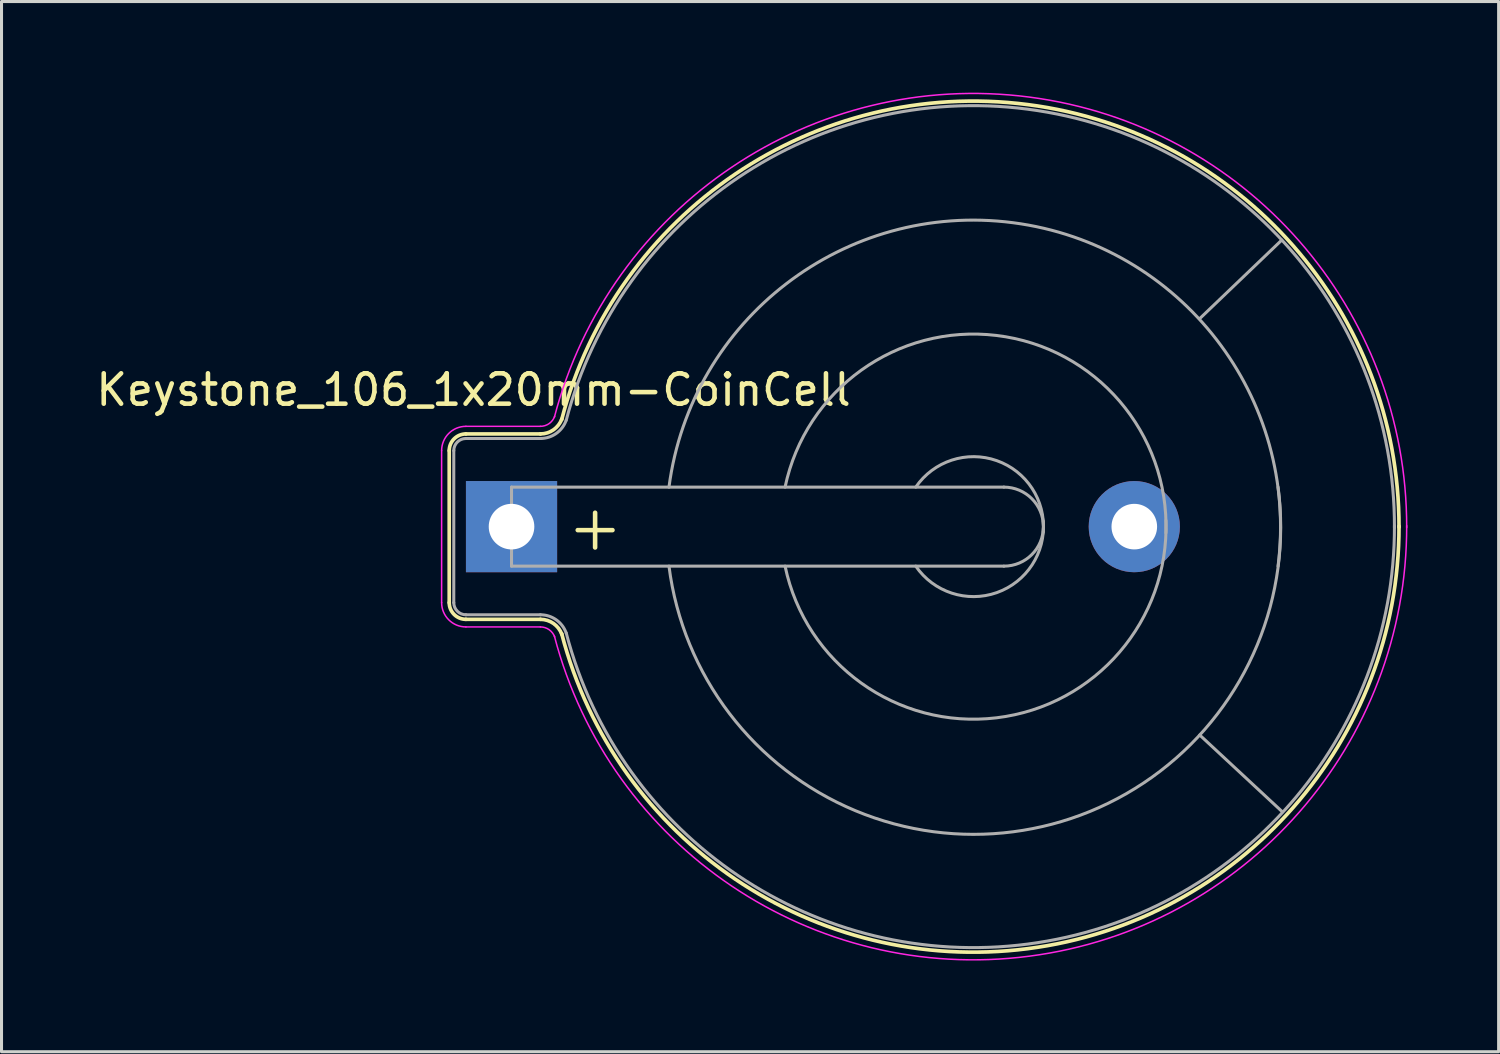
<source format=kicad_pcb>
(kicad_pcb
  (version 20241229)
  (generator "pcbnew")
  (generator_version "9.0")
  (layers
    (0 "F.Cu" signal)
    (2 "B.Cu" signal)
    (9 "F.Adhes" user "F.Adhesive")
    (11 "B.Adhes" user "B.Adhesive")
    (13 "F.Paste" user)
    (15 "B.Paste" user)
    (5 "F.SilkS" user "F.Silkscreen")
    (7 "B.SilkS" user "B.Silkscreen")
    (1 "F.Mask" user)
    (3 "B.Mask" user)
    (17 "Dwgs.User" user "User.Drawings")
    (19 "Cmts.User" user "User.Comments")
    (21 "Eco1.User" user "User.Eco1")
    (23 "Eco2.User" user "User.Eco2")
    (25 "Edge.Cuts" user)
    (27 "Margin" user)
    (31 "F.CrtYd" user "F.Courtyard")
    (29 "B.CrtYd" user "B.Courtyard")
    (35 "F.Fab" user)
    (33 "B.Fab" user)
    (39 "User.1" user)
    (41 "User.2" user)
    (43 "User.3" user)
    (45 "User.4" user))
  (footprint "Keystone_106_1x20mm-CoinCell"
    (layer "F.Cu")
    (at 13.78 14.277)
    (property "Reference" "Keystone_106_1x20mm-CoinCell" (at -1.25 -4.5 0) (layer "F.SilkS") (effects (font (size 1 1) (thickness 0.15))))
    (attr through_hole)
    (fp_line (start -2.05 -2.5) (end -2.05 2.5) (stroke (width 0.12) (type solid)) (layer "F.SilkS"))
    (fp_line (start -1.5 3.05) (end 0.95 3.05) (stroke (width 0.12) (type solid)) (layer "F.SilkS"))
    (fp_line (start 0.95 -3.05) (end -1.5 -3.05) (stroke (width 0.12) (type solid)) (layer "F.SilkS"))
    (fp_arc (start -2.05 -2.5) (mid -1.888909 -2.888909) (end -1.5 -3.05) (stroke (width 0.12) (type solid)) (layer "F.SilkS"))
    (fp_arc (start -1.5 3.05) (mid -1.888909 2.888909) (end -2.05 2.5) (stroke (width 0.12) (type solid)) (layer "F.SilkS"))
    (fp_arc (start 0.95 3.05) (mid 1.380182 3.185636) (end 1.654769 3.543485) (stroke (width 0.12) (type solid)) (layer "F.SilkS"))
    (fp_arc (start 1.65 -3.52) (mid 16.981862 -13.885887) (end 29.199738 0.015231) (stroke (width 0.12) (type solid)) (layer "F.SilkS"))
    (fp_arc (start 1.654769 -3.543485) (mid 1.380182 -3.185636) (end 0.95 -3.05) (stroke (width 0.12) (type solid)) (layer "F.SilkS"))
    (fp_arc (start 29.199738 -0.015231) (mid 16.981862 13.885887) (end 1.65 3.52) (stroke (width 0.12) (type solid)) (layer "F.SilkS"))
    (fp_line (start -2.3 -2.5) (end -2.3 2.5) (stroke (width 0.05) (type solid)) (layer "F.CrtYd"))
    (fp_line (start -1.5 3.3) (end 0.95 3.3) (stroke (width 0.05) (type solid)) (layer "F.CrtYd"))
    (fp_line (start 0.95 -3.3) (end -1.5 -3.3) (stroke (width 0.05) (type solid)) (layer "F.CrtYd"))
    (fp_arc (start -2.3 -2.5) (mid -2.065685 -3.065685) (end -1.5 -3.3) (stroke (width 0.05) (type solid)) (layer "F.CrtYd"))
    (fp_arc (start -1.5 3.3) (mid -2.065685 3.065685) (end -2.3 2.5) (stroke (width 0.05) (type solid)) (layer "F.CrtYd"))
    (fp_arc (start 0.95 3.3) (mid 1.236788 3.390424) (end 1.419846 3.62899) (stroke (width 0.05) (type solid)) (layer "F.CrtYd"))
    (fp_arc (start 1.41 -3.6) (mid 17.030934 -14.134065) (end 29.452124 0.032591) (stroke (width 0.05) (type solid)) (layer "F.CrtYd"))
    (fp_arc (start 1.419846 -3.62899) (mid 1.236788 -3.390424) (end 0.95 -3.3) (stroke (width 0.05) (type solid)) (layer "F.CrtYd"))
    (fp_arc (start 29.452124 -0.032591) (mid 17.030934 14.134065) (end 1.41 3.6) (stroke (width 0.05) (type solid)) (layer "F.CrtYd"))
    (fp_line (start -1.9 -2.5) (end -1.9 2.5) (stroke (width 0.1) (type solid)) (layer "F.Fab"))
    (fp_line (start -1.5 2.9) (end 0.95 2.9) (stroke (width 0.1) (type solid)) (layer "F.Fab"))
    (fp_line (start 0 -1.3) (end 0 1.3) (stroke (width 0.1) (type solid)) (layer "F.Fab"))
    (fp_line (start 0 1.3) (end 16.2 1.3) (stroke (width 0.1) (type solid)) (layer "F.Fab"))
    (fp_line (start 0.95 -2.9) (end -1.5 -2.9) (stroke (width 0.1) (type solid)) (layer "F.Fab"))
    (fp_line (start 16.2 -1.3) (end 0 -1.3) (stroke (width 0.1) (type solid)) (layer "F.Fab"))
    (fp_line (start 22.644 6.858) (end 25.35 9.373) (stroke (width 0.1) (type solid)) (layer "F.Fab"))
    (fp_line (start 22.657 -6.858) (end 25.342 -9.429) (stroke (width 0.1) (type solid)) (layer "F.Fab"))
    (fp_arc (start -1.9 -2.5) (mid -1.782843 -2.782843) (end -1.5 -2.9) (stroke (width 0.1) (type solid)) (layer "F.Fab"))
    (fp_arc (start -1.5 2.9) (mid -1.782843 2.782843) (end -1.9 2.5) (stroke (width 0.1) (type solid)) (layer "F.Fab"))
    (fp_arc (start 0.95 2.9) (mid 1.466219 3.062763) (end 1.795723 3.492182) (stroke (width 0.1) (type solid)) (layer "F.Fab"))
    (fp_arc (start 1.795723 -3.492182) (mid 1.466219 -3.062763) (end 0.95 -2.9) (stroke (width 0.1) (type solid)) (layer "F.Fab"))
    (fp_arc (start 1.8 -3.5) (mid 16.980951 -13.734563) (end 29.049508 0.033425) (stroke (width 0.1) (type solid)) (layer "F.Fab"))
    (fp_arc (start 5.18 -1.3) (mid 16.5 -10.02) (end 25.22 1.3) (stroke (width 0.1) (type solid)) (layer "F.Fab"))
    (fp_arc (start 9 -1.3) (mid 15.954687 -6.28971) (end 21.531551 0.203631) (stroke (width 0.1) (type solid)) (layer "F.Fab"))
    (fp_arc (start 13.3 -1.3) (mid 15.963947 -2.171724) (end 17.495448 0.175833) (stroke (width 0.1) (type solid)) (layer "F.Fab"))
    (fp_arc (start 16.2 -1.3) (mid 17.5 0) (end 16.2 1.3) (stroke (width 0.1) (type solid)) (layer "F.Fab"))
    (fp_arc (start 17.495448 -0.175833) (mid 15.963947 2.171724) (end 13.3 1.3) (stroke (width 0.1) (type solid)) (layer "F.Fab"))
    (fp_arc (start 21.531551 -0.203631) (mid 15.954687 6.28971) (end 9 1.3) (stroke (width 0.1) (type solid)) (layer "F.Fab"))
    (fp_arc (start 25.22 -1.3) (mid 16.5 10.02) (end 5.18 1.3) (stroke (width 0.1) (type solid)) (layer "F.Fab"))
    (fp_arc (start 29.049508 -0.033425) (mid 16.980951 13.734562) (end 1.8 3.5) (stroke (width 0.1) (type solid)) (layer "F.Fab"))
    (fp_text user "+" (at 2.75 0 0) (layer "F.SilkS") (effects (font (size 1.5 1.5) (thickness 0.15))))
    (pad "1" thru_hole rect (at 0 0) (size 3 3) (drill 1.5) (layers "*.Cu" "*.Mask"))
    (pad "2" thru_hole circle (at 20.49 0) (size 3 3) (drill 1.5) (layers "*.Cu" "*.Mask")))
  (gr_rect
    (start -3 -3)
    (end 46.257 31.554)
    (stroke (width 0.1) (type default))
    (fill no)
    (layer "Edge.Cuts")))
</source>
